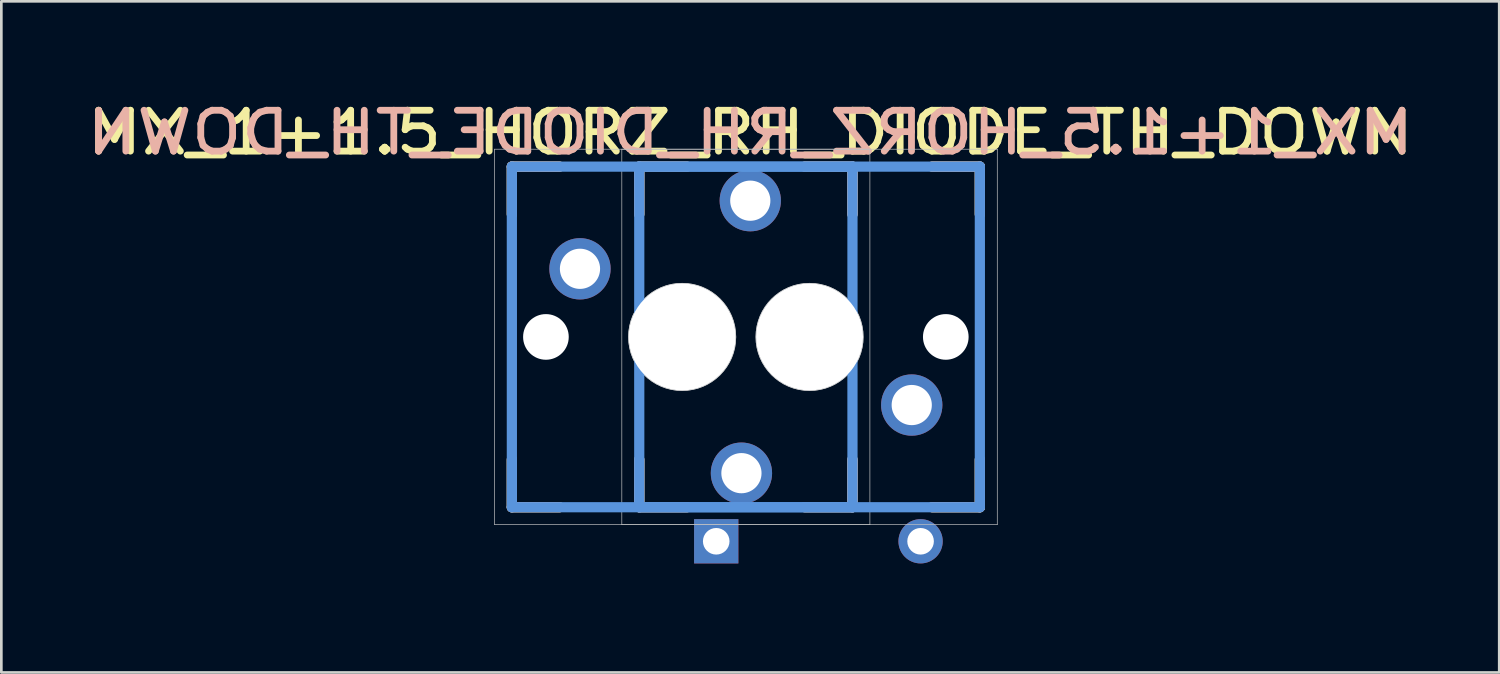
<source format=kicad_pcb>
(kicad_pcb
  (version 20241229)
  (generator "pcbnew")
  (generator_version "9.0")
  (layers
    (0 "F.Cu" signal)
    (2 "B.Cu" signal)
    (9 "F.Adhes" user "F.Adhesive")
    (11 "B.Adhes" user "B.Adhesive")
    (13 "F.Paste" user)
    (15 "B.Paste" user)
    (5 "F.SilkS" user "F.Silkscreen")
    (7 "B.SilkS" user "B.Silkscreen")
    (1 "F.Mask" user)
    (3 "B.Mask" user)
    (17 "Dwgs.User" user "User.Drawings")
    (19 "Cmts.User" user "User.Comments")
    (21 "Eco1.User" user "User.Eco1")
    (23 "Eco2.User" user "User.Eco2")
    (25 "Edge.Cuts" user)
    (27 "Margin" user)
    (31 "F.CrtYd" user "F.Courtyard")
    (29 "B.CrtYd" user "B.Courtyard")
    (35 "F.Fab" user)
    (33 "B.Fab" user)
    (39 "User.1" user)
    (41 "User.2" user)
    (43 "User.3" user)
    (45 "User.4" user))
  (footprint "MX_1+1.5_HORZ_RH_DIODE_TH_DOWN"
    (layer "F.Cu")
    (at 22.386 9.513)
    (property "Reference" "MX_1+1.5_HORZ_RH_DIODE_TH_DOWN" (at 2.54 -7.62 180) (layer "F.SilkS") (effects (font (size 1.524 1.778) (thickness 0.254))))
    (attr through_hole)
    (fp_line (start -6.35 -6.35) (end -4.572 -6.35) (stroke (width 0.381) (type solid)) (layer "F.SilkS"))
    (fp_line (start -6.35 -4.572) (end -6.35 -6.35) (stroke (width 0.381) (type solid)) (layer "F.SilkS"))
    (fp_line (start -6.35 6.35) (end -6.35 4.572) (stroke (width 0.381) (type solid)) (layer "F.SilkS"))
    (fp_line (start -4.572 6.35) (end -6.35 6.35) (stroke (width 0.381) (type solid)) (layer "F.SilkS"))
    (fp_line (start -1.6 -6.35) (end 0.178 -6.35) (stroke (width 0.381) (type solid)) (layer "F.SilkS"))
    (fp_line (start -1.6 -4.572) (end -1.6 -6.35) (stroke (width 0.381) (type solid)) (layer "F.SilkS"))
    (fp_line (start -1.6 6.35) (end -1.6 4.572) (stroke (width 0.381) (type solid)) (layer "F.SilkS"))
    (fp_line (start 0.178 6.35) (end -1.6 6.35) (stroke (width 0.381) (type solid)) (layer "F.SilkS"))
    (fp_line (start 4.572 -6.35) (end 6.35 -6.35) (stroke (width 0.381) (type solid)) (layer "F.SilkS"))
    (fp_line (start 6.35 -6.35) (end 6.35 -4.572) (stroke (width 0.381) (type solid)) (layer "F.SilkS"))
    (fp_line (start 6.35 4.572) (end 6.35 6.35) (stroke (width 0.381) (type solid)) (layer "F.SilkS"))
    (fp_line (start 6.35 6.35) (end 4.572 6.35) (stroke (width 0.381) (type solid)) (layer "F.SilkS"))
    (fp_line (start 9.322 -6.35) (end 11.1 -6.35) (stroke (width 0.381) (type solid)) (layer "F.SilkS"))
    (fp_line (start 11.1 -6.35) (end 11.1 -4.572) (stroke (width 0.381) (type solid)) (layer "F.SilkS"))
    (fp_line (start 11.1 4.572) (end 11.1 6.35) (stroke (width 0.381) (type solid)) (layer "F.SilkS"))
    (fp_line (start 11.1 6.35) (end 9.322 6.35) (stroke (width 0.381) (type solid)) (layer "F.SilkS"))
    (fp_line (start -6.35 -6.35) (end -4.572 -6.35) (stroke (width 0.381) (type solid)) (layer "B.SilkS"))
    (fp_line (start -6.35 -4.572) (end -6.35 -6.35) (stroke (width 0.381) (type solid)) (layer "B.SilkS"))
    (fp_line (start -6.35 6.35) (end -6.35 4.572) (stroke (width 0.381) (type solid)) (layer "B.SilkS"))
    (fp_line (start -4.572 6.35) (end -6.35 6.35) (stroke (width 0.381) (type solid)) (layer "B.SilkS"))
    (fp_line (start -1.6 -6.35) (end 0.178 -6.35) (stroke (width 0.381) (type solid)) (layer "B.SilkS"))
    (fp_line (start -1.6 -4.572) (end -1.6 -6.35) (stroke (width 0.381) (type solid)) (layer "B.SilkS"))
    (fp_line (start -1.6 6.35) (end -1.6 4.572) (stroke (width 0.381) (type solid)) (layer "B.SilkS"))
    (fp_line (start 0.178 6.35) (end -1.6 6.35) (stroke (width 0.381) (type solid)) (layer "B.SilkS"))
    (fp_line (start 4.572 -6.35) (end 6.35 -6.35) (stroke (width 0.381) (type solid)) (layer "B.SilkS"))
    (fp_line (start 6.35 -6.35) (end 6.35 -4.572) (stroke (width 0.381) (type solid)) (layer "B.SilkS"))
    (fp_line (start 6.35 4.572) (end 6.35 6.35) (stroke (width 0.381) (type solid)) (layer "B.SilkS"))
    (fp_line (start 6.35 6.35) (end 4.572 6.35) (stroke (width 0.381) (type solid)) (layer "B.SilkS"))
    (fp_line (start 9.322 -6.35) (end 11.1 -6.35) (stroke (width 0.381) (type solid)) (layer "B.SilkS"))
    (fp_line (start 11.1 -6.35) (end 11.1 -4.572) (stroke (width 0.381) (type solid)) (layer "B.SilkS"))
    (fp_line (start 11.1 4.572) (end 11.1 6.35) (stroke (width 0.381) (type solid)) (layer "B.SilkS"))
    (fp_line (start 11.1 6.35) (end 9.322 6.35) (stroke (width 0.381) (type solid)) (layer "B.SilkS"))
    (fp_line (start -7 -7) (end -7 7) (stroke (width 0.025) (type solid)) (layer "Dwgs.User"))
    (fp_line (start -7 7) (end 7 7) (stroke (width 0.025) (type solid)) (layer "Dwgs.User"))
    (fp_line (start -2.25 -7) (end -2.25 7) (stroke (width 0.025) (type solid)) (layer "Dwgs.User"))
    (fp_line (start -2.25 7) (end 11.75 7) (stroke (width 0.025) (type solid)) (layer "Dwgs.User"))
    (fp_line (start 7 -7) (end -7 -7) (stroke (width 0.025) (type solid)) (layer "Dwgs.User"))
    (fp_line (start 7 7) (end 7 -7) (stroke (width 0.025) (type solid)) (layer "Dwgs.User"))
    (fp_line (start 11.75 -7) (end -2.25 -7) (stroke (width 0.025) (type solid)) (layer "Dwgs.User"))
    (fp_line (start 11.75 7) (end 11.75 -7) (stroke (width 0.025) (type solid)) (layer "Dwgs.User"))
    (fp_circle (center 0 0) (end 0 -2) (stroke (width 0.025) (type solid)) (fill no) (layer "Dwgs.User"))
    (fp_circle (center 0 0) (end 0 2) (stroke (width 0.025) (type solid)) (fill no) (layer "Dwgs.User"))
    (fp_circle (center 4.75 0) (end 4.75 -2) (stroke (width 0.025) (type solid)) (fill no) (layer "Dwgs.User"))
    (fp_circle (center 4.75 0) (end 4.75 2) (stroke (width 0.025) (type solid)) (fill no) (layer "Dwgs.User"))
    (fp_line (start -6.35 -6.35) (end 6.35 -6.35) (stroke (width 0.381) (type solid)) (layer "Cmts.User"))
    (fp_line (start -6.35 6.35) (end -6.35 -6.35) (stroke (width 0.381) (type solid)) (layer "Cmts.User"))
    (fp_line (start -1.6 -6.35) (end 11.1 -6.35) (stroke (width 0.381) (type solid)) (layer "Cmts.User"))
    (fp_line (start -1.6 6.35) (end -1.6 -6.35) (stroke (width 0.381) (type solid)) (layer "Cmts.User"))
    (fp_line (start 6.35 -6.35) (end 6.35 6.35) (stroke (width 0.381) (type solid)) (layer "Cmts.User"))
    (fp_line (start 6.35 6.35) (end -6.35 6.35) (stroke (width 0.381) (type solid)) (layer "Cmts.User"))
    (fp_line (start 11.1 -6.35) (end 11.1 6.35) (stroke (width 0.381) (type solid)) (layer "Cmts.User"))
    (fp_line (start 11.1 6.35) (end -1.6 6.35) (stroke (width 0.381) (type solid)) (layer "Cmts.User"))
    (fp_line (start -9.5 9.5) (end -9.5 -9.5) (stroke (width 0.025) (type solid)) (layer "Eco2.User"))
    (fp_line (start -9.5 9.5) (end 19 9.5) (stroke (width 0.025) (type solid)) (layer "Eco2.User"))
    (fp_line (start -7 -7) (end 7 -7) (stroke (width 0.025) (type solid)) (layer "Eco2.User"))
    (fp_line (start -7 7) (end -7 -7) (stroke (width 0.025) (type solid)) (layer "Eco2.User"))
    (fp_line (start 7 7) (end -7 7) (stroke (width 0.025) (type solid)) (layer "Eco2.User"))
    (fp_line (start 7 7) (end 7 -7) (stroke (width 0.025) (type solid)) (layer "Eco2.User"))
    (fp_line (start 9.5 -9.5) (end 9.5 9.5) (stroke (width 0.025) (type solid)) (layer "Eco2.User"))
    (fp_line (start 19 -9.5) (end -9.5 -9.5) (stroke (width 0.025) (type solid)) (layer "Eco2.User"))
    (fp_line (start 19 9.5) (end 19 -9.5) (stroke (width 0.025) (type solid)) (layer "Eco2.User"))
    (fp_text user "${REFERENCE}" (at 2.54 -7.62 0) (layer "B.SilkS") (effects (font (size 1.524 1.778) (thickness 0.254)) (justify mirror)))
    (pad "" np_thru_hole circle (at -5.08 0) (size 1.702 1.702) (drill 1.702) (layers "*.Cu" "*.Mask"))
    (pad "" np_thru_hole circle (at 0 0) (size 3.988 3.988) (drill 3.988) (layers "*.Cu" "*.Mask"))
    (pad "" np_thru_hole circle (at 4.75 0 180) (size 3.988 3.988) (drill 3.988) (layers "*.Cu" "*.Mask"))
    (pad "" np_thru_hole circle (at 9.83 0 180) (size 1.702 1.702) (drill 1.702) (layers "*.Cu" "*.Mask"))
    (pad "1" thru_hole circle (at -3.81 -2.54) (size 2.286 2.286) (drill 1.499) (layers "*.Cu" "*.Mask"))
    (pad "1" thru_hole circle (at 2.21 5.08 180) (size 2.286 2.286) (drill 1.499) (layers "*.Cu" "*.Mask"))
    (pad "2" thru_hole circle (at 2.54 -5.08) (size 2.286 2.286) (drill 1.499) (layers "*.Cu" "*.Mask"))
    (pad "2" thru_hole circle (at 8.56 2.54 180) (size 2.286 2.286) (drill 1.499) (layers "*.Cu" "*.Mask"))
    (pad "3" thru_hole circle (at 8.89 7.62 180) (size 1.651 1.651) (drill 0.991) (layers "*.Cu" "*.Mask"))
    (pad "4" thru_hole rect (at 1.27 7.62 180) (size 1.651 1.651) (drill 0.991) (layers "*.Cu" "*.Mask")))
  (gr_rect
    (start -3 -3)
    (end 52.852 22.025)
    (stroke (width 0.1) (type default))
    (fill no)
    (layer "Edge.Cuts")))
</source>
